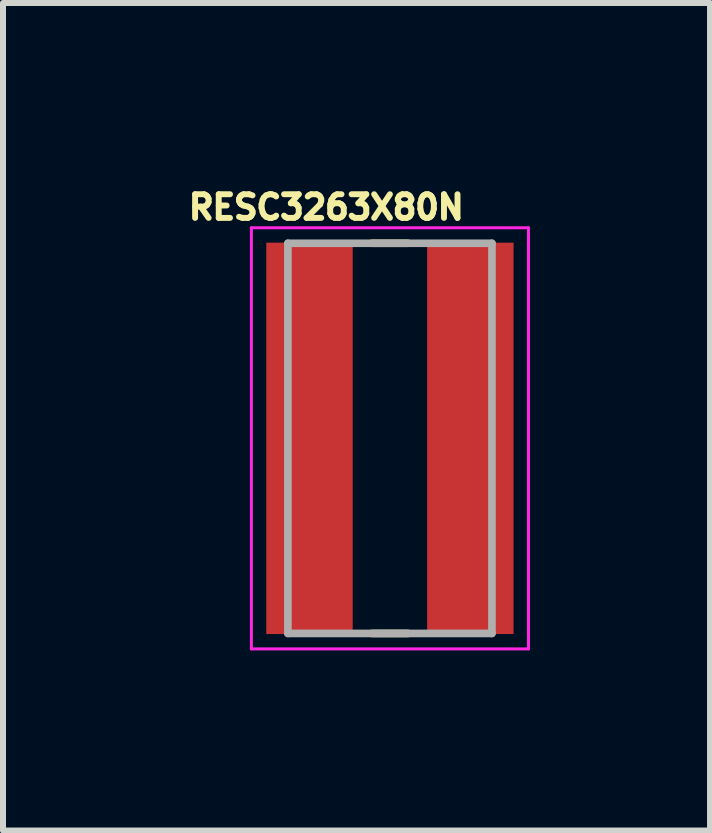
<source format=kicad_pcb>
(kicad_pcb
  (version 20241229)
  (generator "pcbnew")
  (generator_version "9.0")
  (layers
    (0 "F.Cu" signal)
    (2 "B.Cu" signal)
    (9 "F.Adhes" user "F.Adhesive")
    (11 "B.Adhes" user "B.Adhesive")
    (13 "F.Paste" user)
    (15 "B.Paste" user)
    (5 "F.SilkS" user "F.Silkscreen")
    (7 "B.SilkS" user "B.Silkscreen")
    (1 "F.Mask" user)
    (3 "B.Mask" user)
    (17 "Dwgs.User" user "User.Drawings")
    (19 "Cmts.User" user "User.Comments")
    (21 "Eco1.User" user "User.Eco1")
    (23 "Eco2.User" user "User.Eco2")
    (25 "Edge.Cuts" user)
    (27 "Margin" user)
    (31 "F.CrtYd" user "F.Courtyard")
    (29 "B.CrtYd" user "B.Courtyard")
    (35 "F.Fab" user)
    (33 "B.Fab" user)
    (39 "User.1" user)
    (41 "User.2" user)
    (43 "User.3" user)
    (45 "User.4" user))
  (footprint "RESC3263X80N"
    (layer "F.Cu")
    (at 3.446 4.253)
    (property "Reference" "RESC3263X80N" (at -1.06 -3.85 0) (layer "F.SilkS") (effects (font (size 0.394 0.394) (thickness 0.15))))
    (attr through_hole)
    (fp_line (start -0.3 -3.25) (end 0.3 -3.25) (stroke (width 0.127) (type solid)) (layer "F.SilkS"))
    (fp_line (start -0.3 3.25) (end 0.3 3.25) (stroke (width 0.127) (type solid)) (layer "F.SilkS"))
    (fp_line (start -2.308 -3.508) (end 2.308 -3.508) (stroke (width 0.05) (type solid)) (layer "F.CrtYd"))
    (fp_line (start -2.308 3.508) (end -2.308 -3.508) (stroke (width 0.05) (type solid)) (layer "F.CrtYd"))
    (fp_line (start -2.308 3.508) (end 2.308 3.508) (stroke (width 0.05) (type solid)) (layer "F.CrtYd"))
    (fp_line (start 2.308 3.508) (end 2.308 -3.508) (stroke (width 0.05) (type solid)) (layer "F.CrtYd"))
    (fp_line (start -1.7 3.25) (end -1.7 -3.25) (stroke (width 0.127) (type solid)) (layer "F.Fab"))
    (fp_line (start 1.7 -3.25) (end -1.7 -3.25) (stroke (width 0.127) (type solid)) (layer "F.Fab"))
    (fp_line (start 1.7 3.25) (end -1.7 3.25) (stroke (width 0.127) (type solid)) (layer "F.Fab"))
    (fp_line (start 1.7 3.25) (end 1.7 -3.25) (stroke (width 0.127) (type solid)) (layer "F.Fab"))
    (pad "1" smd rect (at -1.34 0) (size 1.44 6.52) (layers "F.Cu" "F.Mask" "F.Paste"))
    (pad "2" smd rect (at 1.34 0) (size 1.44 6.52) (layers "F.Cu" "F.Mask" "F.Paste")))
  (gr_rect
    (start -3 -3)
    (end 8.779 10.786)
    (stroke (width 0.1) (type default))
    (fill no)
    (layer "Edge.Cuts")))
</source>
